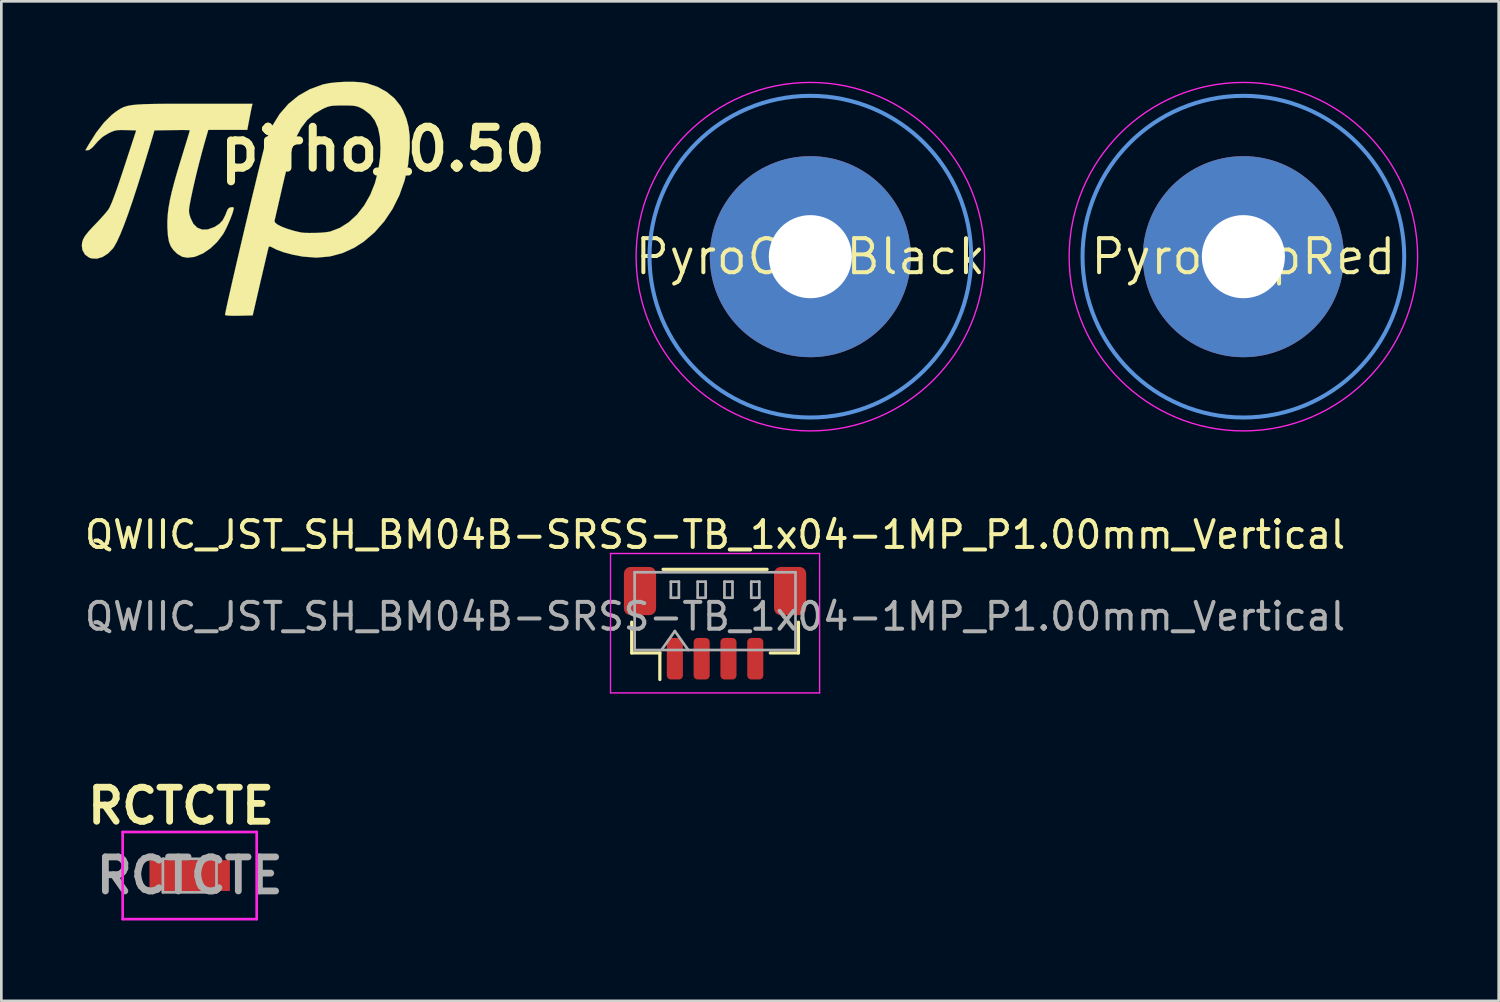
<source format=kicad_pcb>
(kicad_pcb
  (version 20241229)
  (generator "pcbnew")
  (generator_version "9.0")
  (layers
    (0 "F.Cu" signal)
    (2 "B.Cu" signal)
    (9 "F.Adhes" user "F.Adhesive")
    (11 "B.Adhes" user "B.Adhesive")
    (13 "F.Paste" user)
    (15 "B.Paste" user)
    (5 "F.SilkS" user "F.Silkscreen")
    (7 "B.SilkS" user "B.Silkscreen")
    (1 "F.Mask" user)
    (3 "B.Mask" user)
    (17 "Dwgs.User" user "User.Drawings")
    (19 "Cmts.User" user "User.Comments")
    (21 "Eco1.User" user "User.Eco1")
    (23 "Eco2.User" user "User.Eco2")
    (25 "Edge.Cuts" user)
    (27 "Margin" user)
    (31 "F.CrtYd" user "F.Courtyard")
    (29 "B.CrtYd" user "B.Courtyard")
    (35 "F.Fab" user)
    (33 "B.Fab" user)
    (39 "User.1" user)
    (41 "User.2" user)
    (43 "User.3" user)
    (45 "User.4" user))
  (footprint "QWIIC_JST_SH_BM04B-SRSS-TB_1x04-1MP_P1.00mm_Vertical"
    (layer "F.Cu")
    (at 23.625 20.198)
    (property "Reference" "QWIIC_JST_SH_BM04B-SRSS-TB_1x04-1MP_P1.00mm_Vertical" (at 0 -3.3 0) (layer "F.SilkS") (effects (font (size 1 1) (thickness 0.15))))
    (attr smd)
    (fp_line (start -3.11 -0.04) (end -3.11 1.11) (stroke (width 0.12) (type solid)) (layer "F.SilkS"))
    (fp_line (start -3.11 1.11) (end -2.06 1.11) (stroke (width 0.12) (type solid)) (layer "F.SilkS"))
    (fp_line (start -2.06 1.11) (end -2.06 2.1) (stroke (width 0.12) (type solid)) (layer "F.SilkS"))
    (fp_line (start -1.94 -2.01) (end 1.94 -2.01) (stroke (width 0.12) (type solid)) (layer "F.SilkS"))
    (fp_line (start 3.11 -0.04) (end 3.11 1.11) (stroke (width 0.12) (type solid)) (layer "F.SilkS"))
    (fp_line (start 3.11 1.11) (end 2.06 1.11) (stroke (width 0.12) (type solid)) (layer "F.SilkS"))
    (fp_line (start -3.9 -2.6) (end -3.9 2.6) (stroke (width 0.05) (type solid)) (layer "F.CrtYd"))
    (fp_line (start -3.9 2.6) (end 3.9 2.6) (stroke (width 0.05) (type solid)) (layer "F.CrtYd"))
    (fp_line (start 3.9 -2.6) (end -3.9 -2.6) (stroke (width 0.05) (type solid)) (layer "F.CrtYd"))
    (fp_line (start 3.9 2.6) (end 3.9 -2.6) (stroke (width 0.05) (type solid)) (layer "F.CrtYd"))
    (fp_line (start -3 -1.9) (end 3 -1.9) (stroke (width 0.1) (type solid)) (layer "F.Fab"))
    (fp_line (start -3 1) (end -3 -1.9) (stroke (width 0.1) (type solid)) (layer "F.Fab"))
    (fp_line (start -3 1) (end 3 1) (stroke (width 0.1) (type solid)) (layer "F.Fab"))
    (fp_line (start -2 1) (end -1.5 0.293) (stroke (width 0.1) (type solid)) (layer "F.Fab"))
    (fp_line (start -1.65 -1.55) (end -1.65 -0.95) (stroke (width 0.1) (type solid)) (layer "F.Fab"))
    (fp_line (start -1.65 -0.95) (end -1.35 -0.95) (stroke (width 0.1) (type solid)) (layer "F.Fab"))
    (fp_line (start -1.5 0.293) (end -1 1) (stroke (width 0.1) (type solid)) (layer "F.Fab"))
    (fp_line (start -1.35 -1.55) (end -1.65 -1.55) (stroke (width 0.1) (type solid)) (layer "F.Fab"))
    (fp_line (start -1.35 -0.95) (end -1.35 -1.55) (stroke (width 0.1) (type solid)) (layer "F.Fab"))
    (fp_line (start -0.65 -1.55) (end -0.65 -0.95) (stroke (width 0.1) (type solid)) (layer "F.Fab"))
    (fp_line (start -0.65 -0.95) (end -0.35 -0.95) (stroke (width 0.1) (type solid)) (layer "F.Fab"))
    (fp_line (start -0.35 -1.55) (end -0.65 -1.55) (stroke (width 0.1) (type solid)) (layer "F.Fab"))
    (fp_line (start -0.35 -0.95) (end -0.35 -1.55) (stroke (width 0.1) (type solid)) (layer "F.Fab"))
    (fp_line (start 0.35 -1.55) (end 0.35 -0.95) (stroke (width 0.1) (type solid)) (layer "F.Fab"))
    (fp_line (start 0.35 -0.95) (end 0.65 -0.95) (stroke (width 0.1) (type solid)) (layer "F.Fab"))
    (fp_line (start 0.65 -1.55) (end 0.35 -1.55) (stroke (width 0.1) (type solid)) (layer "F.Fab"))
    (fp_line (start 0.65 -0.95) (end 0.65 -1.55) (stroke (width 0.1) (type solid)) (layer "F.Fab"))
    (fp_line (start 1.35 -1.55) (end 1.35 -0.95) (stroke (width 0.1) (type solid)) (layer "F.Fab"))
    (fp_line (start 1.35 -0.95) (end 1.65 -0.95) (stroke (width 0.1) (type solid)) (layer "F.Fab"))
    (fp_line (start 1.65 -1.55) (end 1.35 -1.55) (stroke (width 0.1) (type solid)) (layer "F.Fab"))
    (fp_line (start 1.65 -0.95) (end 1.65 -1.55) (stroke (width 0.1) (type solid)) (layer "F.Fab"))
    (fp_line (start 3 1) (end 3 -1.9) (stroke (width 0.1) (type solid)) (layer "F.Fab"))
    (fp_text user "${REFERENCE}" (at 0 -0.25 0) (layer "F.Fab") (effects (font (size 1 1) (thickness 0.15))))
    (pad "1" smd roundrect (at -1.5 1.325) (size 0.6 1.55) (layers "F.Cu" "F.Mask" "F.Paste") (roundrect_rratio 0.25))
    (pad "2" smd roundrect (at -0.5 1.325) (size 0.6 1.55) (layers "F.Cu" "F.Mask" "F.Paste") (roundrect_rratio 0.25))
    (pad "3" smd roundrect (at 0.5 1.325) (size 0.6 1.55) (layers "F.Cu" "F.Mask" "F.Paste") (roundrect_rratio 0.25))
    (pad "4" smd roundrect (at 1.5 1.325) (size 0.6 1.55) (layers "F.Cu" "F.Mask" "F.Paste") (roundrect_rratio 0.25))
    (pad "MP" smd roundrect (at -2.8 -1.2) (size 1.2 1.8) (layers "F.Cu" "F.Mask" "F.Paste") (roundrect_rratio 0.208))
    (pad "MP" smd roundrect (at 2.8 -1.2) (size 1.2 1.8) (layers "F.Cu" "F.Mask" "F.Paste") (roundrect_rratio 0.208)))
  (footprint "PyroClipBlack"
    (layer "F.Cu")
    (at 27.179 6.525)
    (property "Reference" "PyroClipBlack" (at 0 0 0) (layer "F.SilkS") (effects (font (size 1.27 1.27) (thickness 0.15))))
    (attr exclude_from_pos_files exclude_from_bom)
    (fp_circle (center 0 0) (end 6 0) (stroke (width 0.15) (type solid)) (fill no) (layer "Cmts.User"))
    (fp_circle (center 0 0) (end 6.5 0) (stroke (width 0.05) (type solid)) (fill no) (layer "F.CrtYd"))
    (pad "1" thru_hole circle (at 0 0) (size 7.5 7.5) (drill 3.1) (layers "*.Cu" "*.Mask")))
  (footprint "RCTCTE"
    (layer "F.Cu")
    (at 4.026 29.612)
    (property "Reference" "RCTCTE" (at -0.325 -2.6 0) (layer "F.SilkS") (effects (font (size 1.27 1.27) (thickness 0.254))))
    (attr smd)
    (fp_line (start -2 0) (end -2 0) (stroke (width 0.1) (type solid)) (layer "F.SilkS"))
    (fp_line (start -1.9 0) (end -1.9 0) (stroke (width 0.1) (type solid)) (layer "F.SilkS"))
    (fp_arc (start -2 0) (mid -1.95 -0.05) (end -1.9 0) (stroke (width 0.1) (type solid)) (layer "F.SilkS"))
    (fp_arc (start -1.9 0) (mid -1.95 0.05) (end -2 0) (stroke (width 0.1) (type solid)) (layer "F.SilkS"))
    (fp_line (start -2.5 -1.625) (end 2.5 -1.625) (stroke (width 0.1) (type solid)) (layer "F.CrtYd"))
    (fp_line (start -2.5 1.625) (end -2.5 -1.625) (stroke (width 0.1) (type solid)) (layer "F.CrtYd"))
    (fp_line (start 2.5 -1.625) (end 2.5 1.625) (stroke (width 0.1) (type solid)) (layer "F.CrtYd"))
    (fp_line (start 2.5 1.625) (end -2.5 1.625) (stroke (width 0.1) (type solid)) (layer "F.CrtYd"))
    (fp_line (start -1 -0.625) (end 1 -0.625) (stroke (width 0.1) (type solid)) (layer "F.Fab"))
    (fp_line (start -1 0.625) (end -1 -0.625) (stroke (width 0.1) (type solid)) (layer "F.Fab"))
    (fp_line (start 1 -0.625) (end 1 0.625) (stroke (width 0.1) (type solid)) (layer "F.Fab"))
    (fp_line (start 1 0.625) (end -1 0.625) (stroke (width 0.1) (type solid)) (layer "F.Fab"))
    (fp_text user "${REFERENCE}" (at 0 0 0) (layer "F.Fab") (effects (font (size 1.27 1.27) (thickness 0.254))))
    (pad "1" smd rect (at 0 0 90) (size 1.15 3) (layers "F.Cu" "F.Mask" "F.Paste")))
  (footprint "PyroClipRed"
    (layer "F.Cu")
    (at 43.333 6.525)
    (property "Reference" "PyroClipRed" (at 0 0 0) (layer "F.SilkS") (effects (font (size 1.27 1.27) (thickness 0.15))))
    (attr exclude_from_pos_files exclude_from_bom)
    (fp_circle (center 0 0) (end 6 0) (stroke (width 0.15) (type solid)) (fill no) (layer "Cmts.User"))
    (fp_circle (center 0 0) (end 6.5 0) (stroke (width 0.05) (type solid)) (fill no) (layer "F.CrtYd"))
    (pad "1" thru_hole circle (at 0 0) (size 7.5 7.5) (drill 3.1) (layers "*.Cu" "*.Mask")))
  (footprint "pirho_0.50"
    (layer "F.Cu")
    (at 11.229 2.514)
    (property "Reference" "pirho_0.50" (at 0 0 0) (layer "F.SilkS") (effects (font (size 1.524 1.524) (thickness 0.3))))
    (attr board_only exclude_from_pos_files exclude_from_bom allow_missing_courtyard)
    (fp_poly (pts (xy -1.085 -2.512) (xy -0.812 -2.494) (xy -0.594 -2.46) (xy -0.593 -2.459) (xy -0.203 -2.328) (xy 0.143 -2.137) (xy 0.437 -1.894) (xy 0.667 -1.605) (xy 0.762 -1.432) (xy 0.883 -1.133) (xy 0.962 -0.828) (xy 1.003 -0.495) (xy 1.008 -0.111) (xy 1.005 -0.005) (xy 0.943 0.594) (xy 0.814 1.172) (xy 0.62 1.719) (xy 0.366 2.228) (xy 0.057 2.692) (xy -0.304 3.102) (xy -0.711 3.451) (xy -1.061 3.677) (xy -1.508 3.88) (xy -1.981 4.004) (xy -2.475 4.047) (xy -2.984 4.008) (xy -2.996 4.006) (xy -3.366 3.935) (xy -3.693 3.848) (xy -3.963 3.748) (xy -4.097 3.68) (xy -4.197 3.632) (xy -4.246 3.637) (xy -4.256 3.652) (xy -4.27 3.705) (xy -4.3 3.83) (xy -4.345 4.016) (xy -4.4 4.253) (xy -4.465 4.53) (xy -4.537 4.837) (xy -4.564 4.953) (xy -4.852 6.202) (xy -5.368 6.214) (xy -5.592 6.216) (xy -5.758 6.21) (xy -5.859 6.198) (xy -5.884 6.185) (xy -5.875 6.122) (xy -5.847 5.984) (xy -5.803 5.78) (xy -5.744 5.517) (xy -5.673 5.203) (xy -5.592 4.846) (xy -5.501 4.453) (xy -5.404 4.033) (xy -5.301 3.593) (xy -5.195 3.141) (xy -5.087 2.685) (xy -5.086 2.682) (xy -4.04 2.682) (xy -4.013 2.745) (xy -3.916 2.819) (xy -3.758 2.897) (xy -3.552 2.975) (xy -3.309 3.048) (xy -3.069 3.105) (xy -2.931 3.121) (xy -2.738 3.127) (xy -2.516 3.125) (xy -2.294 3.115) (xy -2.101 3.097) (xy -1.963 3.074) (xy -1.962 3.074) (xy -1.597 2.934) (xy -1.261 2.72) (xy -0.958 2.44) (xy -0.693 2.1) (xy -0.47 1.709) (xy -0.294 1.273) (xy -0.169 0.8) (xy -0.099 0.296) (xy -0.085 -0.048) (xy -0.107 -0.452) (xy -0.177 -0.79) (xy -0.297 -1.068) (xy -0.47 -1.293) (xy -0.7 -1.471) (xy -0.777 -1.515) (xy -0.879 -1.565) (xy -0.973 -1.598) (xy -1.079 -1.618) (xy -1.219 -1.627) (xy -1.417 -1.63) (xy -1.482 -1.63) (xy -1.697 -1.628) (xy -1.853 -1.621) (xy -1.971 -1.604) (xy -2.076 -1.573) (xy -2.193 -1.523) (xy -2.249 -1.497) (xy -2.559 -1.316) (xy -2.822 -1.084) (xy -3.045 -0.793) (xy -3.238 -0.433) (xy -3.304 -0.276) (xy -3.347 -0.152) (xy -3.404 0.042) (xy -3.472 0.29) (xy -3.548 0.581) (xy -3.627 0.9) (xy -3.706 1.233) (xy -3.728 1.326) (xy -3.801 1.645) (xy -3.869 1.941) (xy -3.929 2.202) (xy -3.979 2.416) (xy -4.015 2.575) (xy -4.036 2.666) (xy -4.04 2.682) (xy -5.086 2.682) (xy -4.98 2.233) (xy -4.875 1.792) (xy -4.773 1.371) (xy -4.678 0.976) (xy -4.591 0.617) (xy -4.513 0.3) (xy -4.446 0.034) (xy -4.393 -0.174) (xy -4.355 -0.315) (xy -4.337 -0.375) (xy -4.119 -0.875) (xy -3.846 -1.314) (xy -3.52 -1.689) (xy -3.142 -1.998) (xy -2.714 -2.239) (xy -2.239 -2.412) (xy -2.213 -2.419) (xy -1.979 -2.465) (xy -1.696 -2.496) (xy -1.389 -2.512) (xy -1.085 -2.512)) (stroke (width 0.005) (type solid)) (fill yes) (layer "F.SilkS"))
    (fp_poly (pts (xy -4.882 -1.598) (xy -4.9 -1.515) (xy -4.929 -1.374) (xy -4.963 -1.198) (xy -4.98 -1.111) (xy -5.054 -0.72) (xy -6.508 -0.72) (xy -6.64 -0.265) (xy -6.748 0.124) (xy -6.86 0.553) (xy -6.969 0.993) (xy -7.067 1.415) (xy -7.148 1.791) (xy -7.159 1.849) (xy -7.199 2.054) (xy -7.222 2.197) (xy -7.23 2.301) (xy -7.222 2.387) (xy -7.2 2.478) (xy -7.171 2.566) (xy -7.066 2.784) (xy -6.92 2.929) (xy -6.738 3) (xy -6.526 2.994) (xy -6.291 2.909) (xy -6.261 2.893) (xy -6.091 2.782) (xy -5.969 2.648) (xy -5.875 2.466) (xy -5.839 2.371) (xy -5.786 2.248) (xy -5.729 2.187) (xy -5.657 2.167) (xy -5.578 2.165) (xy -5.558 2.203) (xy -5.571 2.272) (xy -5.617 2.425) (xy -5.693 2.621) (xy -5.784 2.832) (xy -5.878 3.028) (xy -5.962 3.179) (xy -5.963 3.18) (xy -6.178 3.462) (xy -6.431 3.702) (xy -6.705 3.888) (xy -6.986 4.006) (xy -7.048 4.022) (xy -7.285 4.05) (xy -7.481 4.015) (xy -7.657 3.911) (xy -7.687 3.886) (xy -7.82 3.753) (xy -7.914 3.613) (xy -7.977 3.446) (xy -8.014 3.236) (xy -8.033 2.962) (xy -8.035 2.921) (xy -8.036 2.684) (xy -8.022 2.444) (xy -7.992 2.19) (xy -7.943 1.911) (xy -7.872 1.596) (xy -7.778 1.235) (xy -7.658 0.815) (xy -7.515 0.344) (xy -7.429 0.064) (xy -7.351 -0.189) (xy -7.286 -0.403) (xy -7.236 -0.568) (xy -7.206 -0.672) (xy -7.197 -0.705) (xy -7.237 -0.71) (xy -7.347 -0.713) (xy -7.513 -0.714) (xy -7.721 -0.712) (xy -7.857 -0.71) (xy -8.517 -0.699) (xy -8.726 0) (xy -8.948 0.73) (xy -9.152 1.378) (xy -9.338 1.947) (xy -9.507 2.437) (xy -9.659 2.849) (xy -9.795 3.186) (xy -9.915 3.448) (xy -10.02 3.636) (xy -10.064 3.701) (xy -10.248 3.892) (xy -10.452 4.022) (xy -10.662 4.085) (xy -10.866 4.076) (xy -10.951 4.047) (xy -11.109 3.933) (xy -11.203 3.768) (xy -11.226 3.601) (xy -11.214 3.477) (xy -11.176 3.358) (xy -11.103 3.232) (xy -10.987 3.084) (xy -10.819 2.9) (xy -10.725 2.804) (xy -10.569 2.639) (xy -10.421 2.476) (xy -10.3 2.334) (xy -10.231 2.244) (xy -10.178 2.148) (xy -10.108 1.989) (xy -10.021 1.763) (xy -9.914 1.467) (xy -9.788 1.097) (xy -9.649 0.678) (xy -9.198 -0.699) (xy -9.582 -0.711) (xy -9.772 -0.714) (xy -9.908 -0.707) (xy -10.019 -0.684) (xy -10.134 -0.639) (xy -10.23 -0.593) (xy -10.441 -0.466) (xy -10.621 -0.302) (xy -10.698 -0.212) (xy -10.838 -0.056) (xy -10.946 0.025) (xy -10.998 0.04) (xy -11.095 0.042) (xy -10.979 -0.159) (xy -10.692 -0.615) (xy -10.401 -0.99) (xy -10.108 -1.281) (xy -9.94 -1.41) (xy -9.851 -1.47) (xy -9.766 -1.52) (xy -9.679 -1.562) (xy -9.582 -1.597) (xy -9.466 -1.625) (xy -9.325 -1.647) (xy -9.152 -1.664) (xy -8.938 -1.676) (xy -8.676 -1.684) (xy -8.36 -1.689) (xy -7.98 -1.692) (xy -7.531 -1.693) (xy -7.035 -1.693) (xy -4.859 -1.693) (xy -4.882 -1.598)) (stroke (width 0.005) (type solid)) (fill yes) (layer "F.SilkS")))
  (gr_rect
    (start -3 -3)
    (end 52.858 34.287)
    (stroke (width 0.1) (type default))
    (fill no)
    (layer "Edge.Cuts")))
</source>
